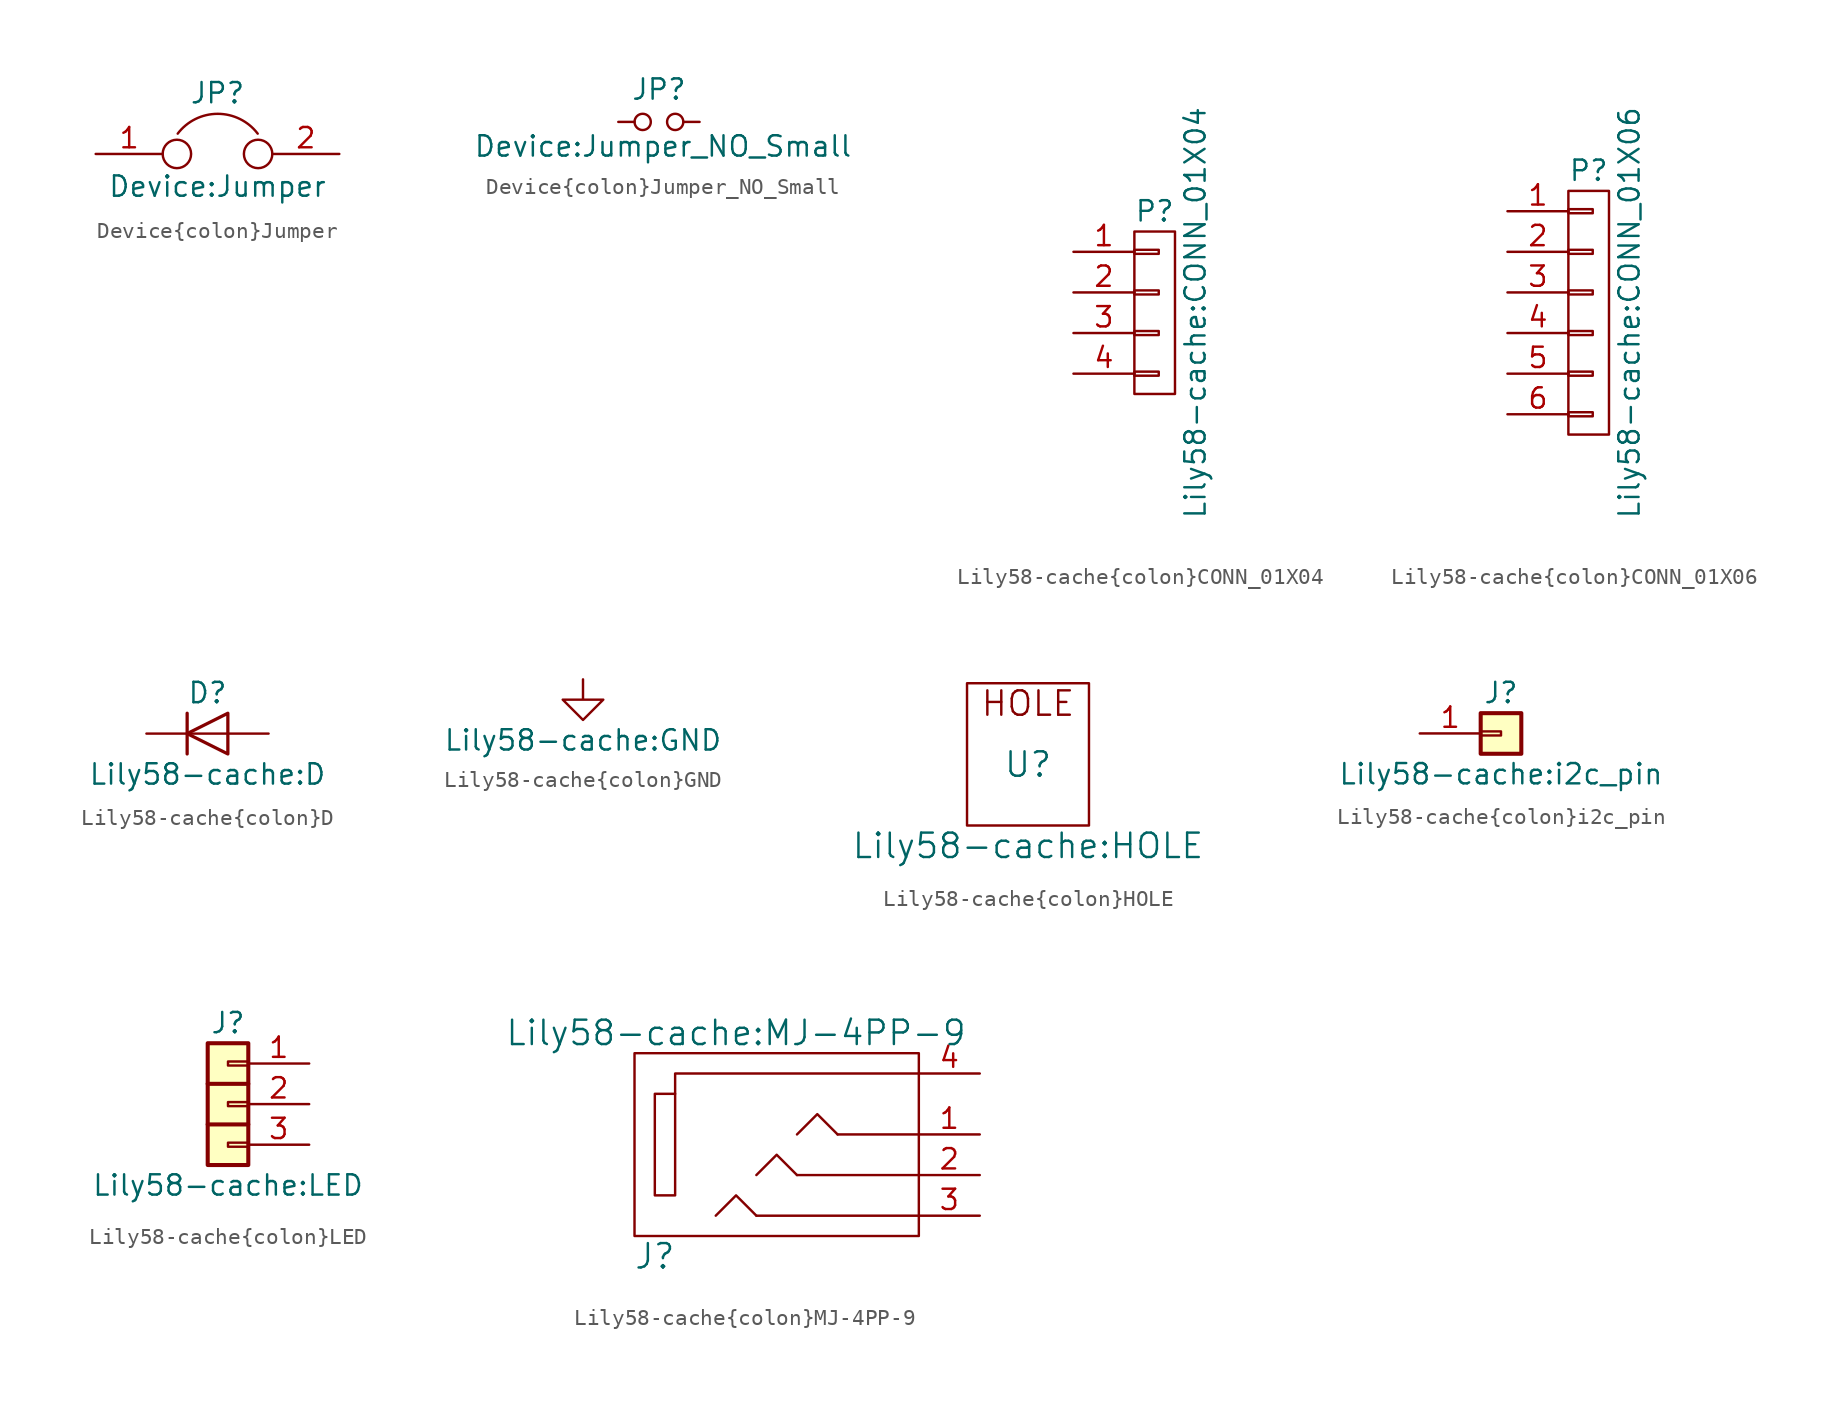
<source format=kicad_sym>
(kicad_symbol_lib
  (version 20220914)
  (generator kicad_symbol_editor)
  (symbol "Device{colon}Jumper"
    (pin_names
      (offset 0.762) hide)
    (property "Reference" "JP"
      (at 0 3.81 0)
      (effects (font (size 1.27 1.27))))
    (property "Value" "Device:Jumper"
      (at 0 -2.032 0)
      (effects (font (size 1.27 1.27))))
    (symbol "Device{colon}Jumper_0_1"
      (circle (center -2.54 0) (radius 0.889) (stroke (width 0) (type solid)) (fill (type none)))
      (arc (start 2.5146 1.27) (mid 0.0078 2.5097) (end -2.4892 1.27) (stroke (width 0) (type solid)) (fill (type none)))
      (circle (center 2.54 0) (radius 0.889) (stroke (width 0) (type solid)) (fill (type none)))
      (pin passive line (at -7.62 0 0) (length 4.191) (name "1" (effects (font (size 1.27 1.27)))) (number "1" (effects (font (size 1.27 1.27)))))
      (pin passive line (at 7.62 0 180) (length 4.191) (name "2" (effects (font (size 1.27 1.27)))) (number "2" (effects (font (size 1.27 1.27)))))))
  (symbol "Device{colon}Jumper_NO_Small"
    (pin_numbers hide)
    (pin_names
      (offset 0.762) hide)
    (property "Reference" "JP"
      (at 0 2.032 0)
      (effects (font (size 1.27 1.27))))
    (property "Value" "Device:Jumper_NO_Small"
      (at 0.254 -1.524 0)
      (effects (font (size 1.27 1.27))))
    (symbol "Device{colon}Jumper_NO_Small_0_1"
      (circle (center -1.016 0) (radius 0.508) (stroke (width 0) (type solid)) (fill (type none)))
      (circle (center 1.016 0) (radius 0.508) (stroke (width 0) (type solid)) (fill (type none)))
      (pin passive line (at -2.54 0 0) (length 1.016) (name "1" (effects (font (size 1.27 1.27)))) (number "1" (effects (font (size 1.27 1.27)))))
      (pin passive line (at 2.54 0 180) (length 1.016) (name "2" (effects (font (size 1.27 1.27)))) (number "2" (effects (font (size 1.27 1.27)))))))
  (symbol "Lily58-cache{colon}CONN_01X04"
    (pin_names
      (offset 1.016) hide)
    (property "Reference" "P"
      (at 0 6.35 0)
      (effects (font (size 1.27 1.27))))
    (property "Value" "Lily58-cache:CONN_01X04"
      (at 2.54 0 90)
      (effects (font (size 1.27 1.27))))
    (property "Footprint" ""
      (at 0 0 0)
      (effects (font (size 1.27 1.27))))
    (property "Datasheet" ""
      (at 0 0 0)
      (effects (font (size 1.27 1.27))))
    (symbol "Lily58-cache{colon}CONN_01X04_0_1"
      (rectangle (start -1.27 -3.683) (end 0.254 -3.937) (stroke (width 0) (type solid)) (fill (type none)))
      (rectangle (start -1.27 -1.143) (end 0.254 -1.397) (stroke (width 0) (type solid)) (fill (type none)))
      (rectangle (start -1.27 1.397) (end 0.254 1.143) (stroke (width 0) (type solid)) (fill (type none)))
      (rectangle (start -1.27 3.937) (end 0.254 3.683) (stroke (width 0) (type solid)) (fill (type none)))
      (rectangle (start -1.27 5.08) (end 1.27 -5.08) (stroke (width 0) (type solid)) (fill (type none))))
    (symbol "Lily58-cache{colon}CONN_01X04_1_1"
      (pin passive line (at -5.08 3.81 0) (length 3.81) (name "P1" (effects (font (size 1.27 1.27)))) (number "1" (effects (font (size 1.27 1.27)))))
      (pin passive line (at -5.08 1.27 0) (length 3.81) (name "P2" (effects (font (size 1.27 1.27)))) (number "2" (effects (font (size 1.27 1.27)))))
      (pin passive line (at -5.08 -1.27 0) (length 3.81) (name "P3" (effects (font (size 1.27 1.27)))) (number "3" (effects (font (size 1.27 1.27)))))
      (pin passive line (at -5.08 -3.81 0) (length 3.81) (name "P4" (effects (font (size 1.27 1.27)))) (number "4" (effects (font (size 1.27 1.27)))))))
  (symbol "Lily58-cache{colon}CONN_01X06"
    (pin_names
      (offset 1.016) hide)
    (property "Reference" "P"
      (at 0 8.89 0)
      (effects (font (size 1.27 1.27))))
    (property "Value" "Lily58-cache:CONN_01X06"
      (at 2.54 0 90)
      (effects (font (size 1.27 1.27))))
    (property "Footprint" ""
      (at 0 0 0)
      (effects (font (size 1.27 1.27))))
    (property "Datasheet" ""
      (at 0 0 0)
      (effects (font (size 1.27 1.27))))
    (symbol "Lily58-cache{colon}CONN_01X06_0_1"
      (rectangle (start -1.27 -6.223) (end 0.254 -6.477) (stroke (width 0) (type solid)) (fill (type none)))
      (rectangle (start -1.27 -3.683) (end 0.254 -3.937) (stroke (width 0) (type solid)) (fill (type none)))
      (rectangle (start -1.27 -1.143) (end 0.254 -1.397) (stroke (width 0) (type solid)) (fill (type none)))
      (rectangle (start -1.27 1.397) (end 0.254 1.143) (stroke (width 0) (type solid)) (fill (type none)))
      (rectangle (start -1.27 3.937) (end 0.254 3.683) (stroke (width 0) (type solid)) (fill (type none)))
      (rectangle (start -1.27 6.477) (end 0.254 6.223) (stroke (width 0) (type solid)) (fill (type none)))
      (rectangle (start -1.27 7.62) (end 1.27 -7.62) (stroke (width 0) (type solid)) (fill (type none))))
    (symbol "Lily58-cache{colon}CONN_01X06_1_1"
      (pin passive line (at -5.08 6.35 0) (length 3.81) (name "P1" (effects (font (size 1.27 1.27)))) (number "1" (effects (font (size 1.27 1.27)))))
      (pin passive line (at -5.08 3.81 0) (length 3.81) (name "P2" (effects (font (size 1.27 1.27)))) (number "2" (effects (font (size 1.27 1.27)))))
      (pin passive line (at -5.08 1.27 0) (length 3.81) (name "P3" (effects (font (size 1.27 1.27)))) (number "3" (effects (font (size 1.27 1.27)))))
      (pin passive line (at -5.08 -1.27 0) (length 3.81) (name "P4" (effects (font (size 1.27 1.27)))) (number "4" (effects (font (size 1.27 1.27)))))
      (pin passive line (at -5.08 -3.81 0) (length 3.81) (name "P5" (effects (font (size 1.27 1.27)))) (number "5" (effects (font (size 1.27 1.27)))))
      (pin passive line (at -5.08 -6.35 0) (length 3.81) (name "P6" (effects (font (size 1.27 1.27)))) (number "6" (effects (font (size 1.27 1.27)))))))
  (symbol "Lily58-cache{colon}D"
    (pin_numbers hide)
    (pin_names
      (offset 1.016) hide)
    (property "Reference" "D"
      (at 0 2.54 0)
      (effects (font (size 1.27 1.27))))
    (property "Value" "Lily58-cache:D"
      (at 0 -2.54 0)
      (effects (font (size 1.27 1.27))))
    (symbol "Lily58-cache{colon}D_0_1"
      (polyline (pts (xy -1.27 1.27) (xy -1.27 -1.27)) (stroke (width 0.203) (type solid)) (fill (type none)))
      (polyline (pts (xy 1.27 0) (xy -1.27 0)) (stroke (width 0) (type solid)) (fill (type none)))
      (polyline (pts (xy 1.27 1.27) (xy 1.27 -1.27) (xy -1.27 0) (xy 1.27 1.27)) (stroke (width 0.203) (type solid)) (fill (type none))))
    (symbol "Lily58-cache{colon}D_1_1"
      (pin passive line (at -3.81 0 0) (length 2.54) (name "K" (effects (font (size 1.27 1.27)))) (number "1" (effects (font (size 1.27 1.27)))))
      (pin passive line (at 3.81 0 180) (length 2.54) (name "A" (effects (font (size 1.27 1.27)))) (number "2" (effects (font (size 1.27 1.27)))))))
  (symbol "Lily58-cache{colon}GND"
    (power)
    (pin_names
      (offset 0))
    (property "Reference" "#PWR"
      (at 0 -6.35 0)
      (effects (font (size 1.27 1.27)) hide))
    (property "Value" "Lily58-cache{colon}GND"
      (at 0 -3.81 0)
      (effects (font (size 1.27 1.27))))
    (symbol "Lily58-cache{colon}GND_1_1"
      (polyline (pts (xy 0 0) (xy 0 -1.27) (xy 1.27 -1.27) (xy 0 -2.54) (xy -1.27 -1.27) (xy 0 -1.27)) (stroke (width 0) (type solid)) (fill (type none)))
      (pin power_in line (at 0 0 0) (length 0) hide (name "GND" (effects (font (size 1.27 1.27)))) (number "1" (effects (font (size 1.27 1.27)))))))
  (symbol "Lily58-cache{colon}HOLE"
    (pin_names
      (offset 1.016))
    (property "Reference" "U"
      (at 0 0 0)
      (effects (font (size 1.524 1.524))))
    (property "Value" "Lily58-cache:HOLE"
      (at 0 -5.08 0)
      (effects (font (size 1.524 1.524))))
    (property "Footprint" ""
      (at 0 0 0)
      (effects (font (size 1.524 1.524))))
    (property "Datasheet" ""
      (at 0 0 0)
      (effects (font (size 1.524 1.524))))
    (symbol "Lily58-cache{colon}HOLE_0_0"
      (text "HOLE" (at 0 3.81 0) (effects (font (size 1.524 1.524)))))
    (symbol "Lily58-cache{colon}HOLE_0_1"
      (rectangle (start 3.81 5.08) (end -3.81 -3.81) (stroke (width 0) (type solid)) (fill (type none)))))
  (symbol "Lily58-cache{colon}i2c_pin"
    (pin_names
      (offset 1.016) hide)
    (property "Reference" "J"
      (at 0 2.54 0)
      (effects (font (size 1.27 1.27))))
    (property "Value" "Lily58-cache:i2c_pin"
      (at 0 -2.54 0)
      (effects (font (size 1.27 1.27))))
    (symbol "Lily58-cache{colon}i2c_pin_1_1"
      (rectangle (start -1.27 0.127) (end 0 -0.127) (stroke (width 0.152) (type solid)) (fill (type none)))
      (rectangle (start -1.27 1.27) (end 1.27 -1.27) (stroke (width 0.254) (type solid)) (fill (type background)))
      (pin passive line (at -5.08 0 0) (length 3.81) (name "Pin_1" (effects (font (size 1.27 1.27)))) (number "1" (effects (font (size 1.27 1.27)))))))
  (symbol "Lily58-cache{colon}LED"
    (pin_names
      (offset 1.016) hide)
    (property "Reference" "J"
      (at 0 5.08 0)
      (effects (font (size 1.27 1.27))))
    (property "Value" "Lily58-cache:LED"
      (at 0 -5.08 0)
      (effects (font (size 1.27 1.27))))
    (symbol "Lily58-cache{colon}LED_1_1"
      (rectangle (start -1.27 3.81) (end 1.27 -3.81) (stroke (width 0.254) (type solid)) (fill (type background)))
      (rectangle (start 0 -2.413) (end 1.27 -2.667) (stroke (width 0.152) (type solid)) (fill (type none)))
      (polyline (pts (xy -1.27 -1.27) (xy 1.27 -1.27)) (stroke (width 0.254) (type solid)) (fill (type none)))
      (polyline (pts (xy -1.27 1.27) (xy 1.27 1.27)) (stroke (width 0.254) (type solid)) (fill (type none)))
      (rectangle (start 0 0.127) (end 1.27 -0.127) (stroke (width 0.152) (type solid)) (fill (type none)))
      (rectangle (start 0 2.667) (end 1.27 2.413) (stroke (width 0.152) (type solid)) (fill (type none)))
      (pin passive line (at 5.08 2.54 180) (length 3.81) (name "Pin_1" (effects (font (size 1.27 1.27)))) (number "1" (effects (font (size 1.27 1.27)))))
      (pin passive line (at 5.08 0 180) (length 3.81) (name "Pin_2" (effects (font (size 1.27 1.27)))) (number "2" (effects (font (size 1.27 1.27)))))
      (pin passive line (at 5.08 -2.54 180) (length 3.81) (name "Pin_3" (effects (font (size 1.27 1.27)))) (number "3" (effects (font (size 1.27 1.27)))))))
  (symbol "Lily58-cache{colon}MJ-4PP-9"
    (pin_names
      (offset 1.016))
    (property "Reference" "J"
      (at -8.89 -7.62 0)
      (effects (font (size 1.524 1.524))))
    (property "Value" "Lily58-cache:MJ-4PP-9"
      (at -3.81 6.35 0)
      (effects (font (size 1.524 1.524))))
    (property "Footprint" ""
      (at 0 0 0)
      (effects (font (size 1.524 1.524))))
    (property "Datasheet" ""
      (at 0 0 0)
      (effects (font (size 1.524 1.524))))
    (symbol "Lily58-cache{colon}MJ-4PP-9_0_1"
      (rectangle (start -7.62 2.54) (end -8.89 -3.81) (stroke (width 0) (type solid)) (fill (type none)))
      (polyline (pts (xy 2.54 0) (xy 7.62 0)) (stroke (width 0) (type solid)) (fill (type none)))
      (polyline (pts (xy -2.54 -5.08) (xy 7.62 -5.08) (xy 7.62 -5.08)) (stroke (width 0) (type solid)) (fill (type none)))
      (polyline (pts (xy 0 -2.54) (xy -1.27 -1.27) (xy -2.54 -2.54)) (stroke (width 0) (type solid)) (fill (type none)))
      (polyline (pts (xy 0 0) (xy 1.27 1.27) (xy 2.54 0)) (stroke (width 0) (type solid)) (fill (type none)))
      (polyline (pts (xy 7.62 3.81) (xy -7.62 3.81) (xy -7.62 2.54)) (stroke (width 0) (type solid)) (fill (type none)))
      (polyline (pts (xy -2.54 -5.08) (xy -3.81 -3.81) (xy -5.08 -5.08) (xy -5.08 -5.08)) (stroke (width 0) (type solid)) (fill (type none)))
      (polyline (pts (xy 0 -2.54) (xy 7.62 -2.54) (xy 7.62 -2.54) (xy 7.62 -2.54)) (stroke (width 0) (type solid)) (fill (type none)))
      (rectangle (start 7.62 -6.35) (end -10.16 5.08) (stroke (width 0) (type solid)) (fill (type none))))
    (symbol "Lily58-cache{colon}MJ-4PP-9_1_1"
      (pin passive line (at 11.43 0 180) (length 3.81) (name "~" (effects (font (size 1.27 1.27)))) (number "1" (effects (font (size 1.27 1.27)))))
      (pin passive line (at 11.43 -2.54 180) (length 3.81) (name "~" (effects (font (size 1.27 1.27)))) (number "2" (effects (font (size 1.27 1.27)))))
      (pin passive line (at 11.43 -5.08 180) (length 3.81) (name "~" (effects (font (size 1.27 1.27)))) (number "3" (effects (font (size 1.27 1.27)))))
      (pin passive line (at 11.43 3.81 180) (length 3.81) (name "~" (effects (font (size 1.27 1.27)))) (number "4" (effects (font (size 1.27 1.27))))))))
</source>
